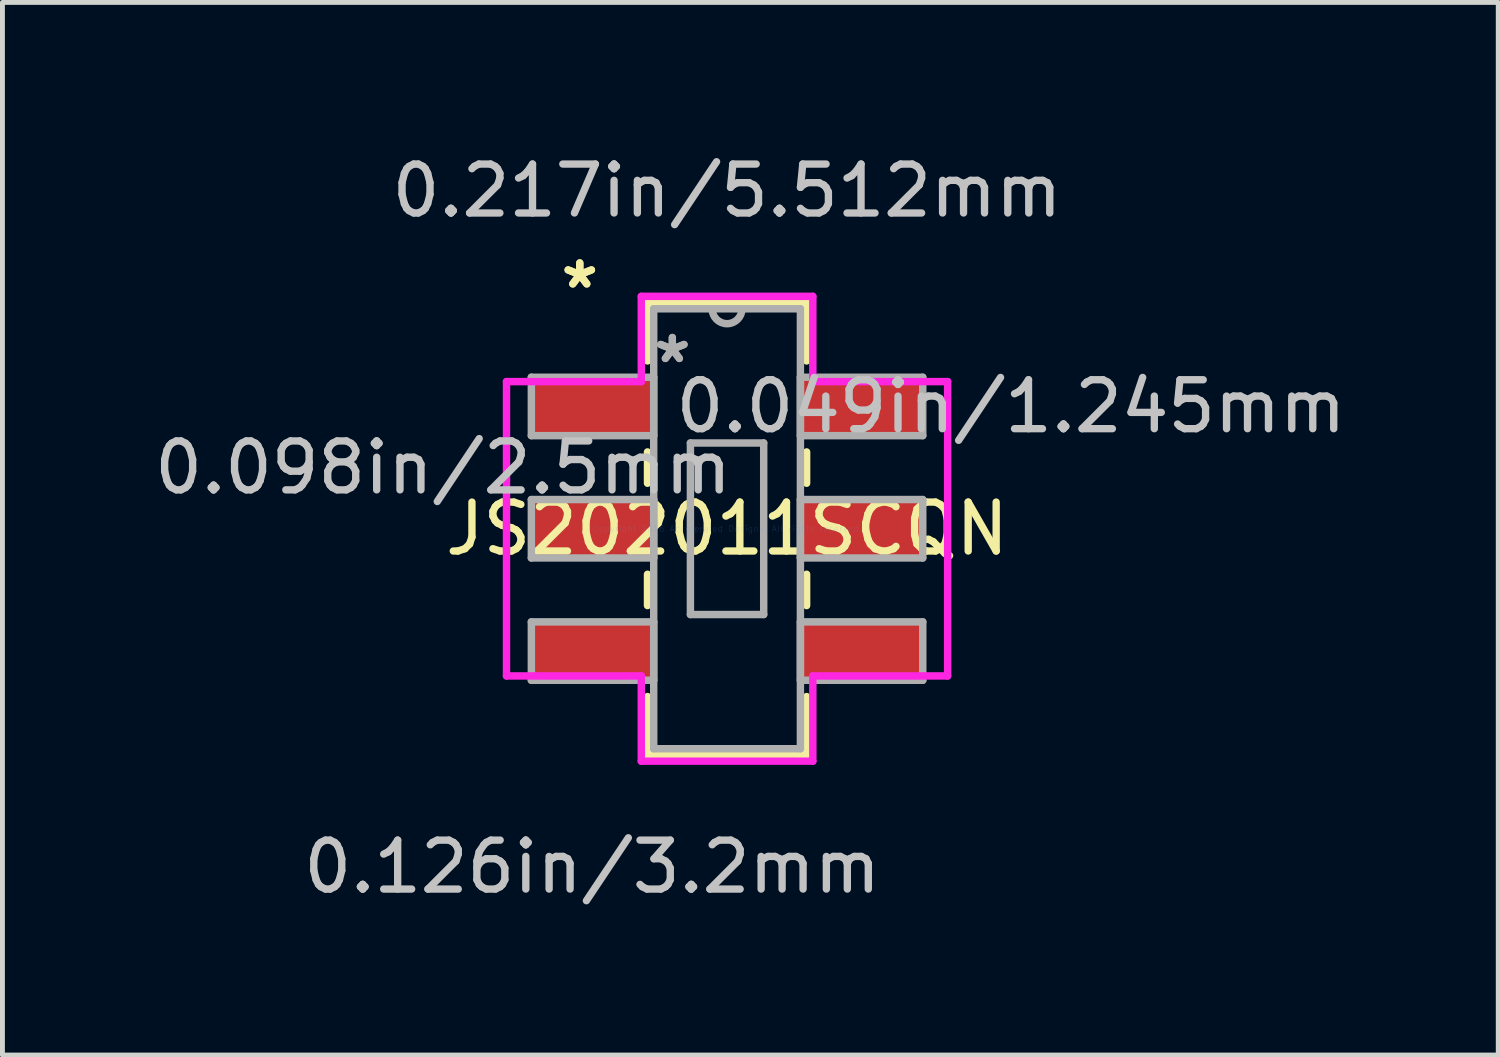
<source format=kicad_pcb>
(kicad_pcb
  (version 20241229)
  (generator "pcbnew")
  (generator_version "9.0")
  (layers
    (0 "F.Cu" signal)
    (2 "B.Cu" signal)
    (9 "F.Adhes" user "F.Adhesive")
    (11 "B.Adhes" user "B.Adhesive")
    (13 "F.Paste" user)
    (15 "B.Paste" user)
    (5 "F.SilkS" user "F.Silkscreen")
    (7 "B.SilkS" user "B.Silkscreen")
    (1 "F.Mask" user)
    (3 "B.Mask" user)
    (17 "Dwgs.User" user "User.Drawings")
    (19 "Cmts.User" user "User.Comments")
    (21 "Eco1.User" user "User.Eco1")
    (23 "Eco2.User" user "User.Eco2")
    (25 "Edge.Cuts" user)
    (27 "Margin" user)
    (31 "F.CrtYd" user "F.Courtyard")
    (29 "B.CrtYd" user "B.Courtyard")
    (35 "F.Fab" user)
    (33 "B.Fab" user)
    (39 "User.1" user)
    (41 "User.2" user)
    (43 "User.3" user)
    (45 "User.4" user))
  (footprint "JS202011SCQN"
    (layer "F.Cu")
    (at 11.81 7.757)
    (property "Reference" "JS202011SCQN" (at 0 0 0) (layer "F.SilkS") (effects (font (size 1 1) (thickness 0.15))))
    (attr through_hole)
    (fp_line (start -1.626 -4.623) (end -1.626 -3.43) (stroke (width 0.152) (type solid)) (layer "F.SilkS"))
    (fp_line (start -1.626 -1.57) (end -1.626 -0.93) (stroke (width 0.152) (type solid)) (layer "F.SilkS"))
    (fp_line (start -1.626 0.93) (end -1.626 1.57) (stroke (width 0.152) (type solid)) (layer "F.SilkS"))
    (fp_line (start -1.626 3.43) (end -1.626 4.623) (stroke (width 0.152) (type solid)) (layer "F.SilkS"))
    (fp_line (start -1.626 4.623) (end 1.626 4.623) (stroke (width 0.152) (type solid)) (layer "F.SilkS"))
    (fp_line (start 1.626 -4.623) (end -1.626 -4.623) (stroke (width 0.152) (type solid)) (layer "F.SilkS"))
    (fp_line (start 1.626 -3.43) (end 1.626 -4.623) (stroke (width 0.152) (type solid)) (layer "F.SilkS"))
    (fp_line (start 1.626 -0.93) (end 1.626 -1.57) (stroke (width 0.152) (type solid)) (layer "F.SilkS"))
    (fp_line (start 1.626 1.57) (end 1.626 0.93) (stroke (width 0.152) (type solid)) (layer "F.SilkS"))
    (fp_line (start 1.626 4.623) (end 1.626 3.43) (stroke (width 0.152) (type solid)) (layer "F.SilkS"))
    (fp_line (start -4.508 -3.008) (end -1.753 -3.008) (stroke (width 0.152) (type solid)) (layer "F.CrtYd"))
    (fp_line (start -4.508 3.008) (end -4.508 -3.008) (stroke (width 0.152) (type solid)) (layer "F.CrtYd"))
    (fp_line (start -1.753 -4.75) (end 1.753 -4.75) (stroke (width 0.152) (type solid)) (layer "F.CrtYd"))
    (fp_line (start -1.753 -3.008) (end -1.753 -4.75) (stroke (width 0.152) (type solid)) (layer "F.CrtYd"))
    (fp_line (start -1.753 3.008) (end -4.508 3.008) (stroke (width 0.152) (type solid)) (layer "F.CrtYd"))
    (fp_line (start -1.753 4.75) (end -1.753 3.008) (stroke (width 0.152) (type solid)) (layer "F.CrtYd"))
    (fp_line (start 1.753 -4.75) (end 1.753 -3.008) (stroke (width 0.152) (type solid)) (layer "F.CrtYd"))
    (fp_line (start 1.753 -3.008) (end 4.508 -3.008) (stroke (width 0.152) (type solid)) (layer "F.CrtYd"))
    (fp_line (start 1.753 3.008) (end 1.753 4.75) (stroke (width 0.152) (type solid)) (layer "F.CrtYd"))
    (fp_line (start 1.753 4.75) (end -1.753 4.75) (stroke (width 0.152) (type solid)) (layer "F.CrtYd"))
    (fp_line (start 4.508 -3.008) (end 4.508 3.008) (stroke (width 0.152) (type solid)) (layer "F.CrtYd"))
    (fp_line (start 4.508 3.008) (end 1.753 3.008) (stroke (width 0.152) (type solid)) (layer "F.CrtYd"))
    (fp_line (start -4 -3.097) (end -4 -1.903) (stroke (width 0.152) (type solid)) (layer "F.Fab"))
    (fp_line (start -4 -1.903) (end -1.499 -1.903) (stroke (width 0.152) (type solid)) (layer "F.Fab"))
    (fp_line (start -4 -0.597) (end -4 0.597) (stroke (width 0.152) (type solid)) (layer "F.Fab"))
    (fp_line (start -4 0.597) (end -1.499 0.597) (stroke (width 0.152) (type solid)) (layer "F.Fab"))
    (fp_line (start -4 1.903) (end -4 3.097) (stroke (width 0.152) (type solid)) (layer "F.Fab"))
    (fp_line (start -4 3.097) (end -1.499 3.097) (stroke (width 0.152) (type solid)) (layer "F.Fab"))
    (fp_line (start -1.499 -4.496) (end -1.499 4.496) (stroke (width 0.152) (type solid)) (layer "F.Fab"))
    (fp_line (start -1.499 -3.097) (end -4 -3.097) (stroke (width 0.152) (type solid)) (layer "F.Fab"))
    (fp_line (start -1.499 -1.903) (end -1.499 -3.097) (stroke (width 0.152) (type solid)) (layer "F.Fab"))
    (fp_line (start -1.499 -0.597) (end -4 -0.597) (stroke (width 0.152) (type solid)) (layer "F.Fab"))
    (fp_line (start -1.499 0.597) (end -1.499 -0.597) (stroke (width 0.152) (type solid)) (layer "F.Fab"))
    (fp_line (start -1.499 1.903) (end -4 1.903) (stroke (width 0.152) (type solid)) (layer "F.Fab"))
    (fp_line (start -1.499 3.097) (end -1.499 1.903) (stroke (width 0.152) (type solid)) (layer "F.Fab"))
    (fp_line (start -1.499 4.496) (end 1.499 4.496) (stroke (width 0.152) (type solid)) (layer "F.Fab"))
    (fp_line (start -0.749 -1.753) (end 0.749 -1.753) (stroke (width 0.152) (type solid)) (layer "F.Fab"))
    (fp_line (start -0.749 1.753) (end -0.749 -1.753) (stroke (width 0.152) (type solid)) (layer "F.Fab"))
    (fp_line (start 0.749 -1.753) (end 0.749 1.753) (stroke (width 0.152) (type solid)) (layer "F.Fab"))
    (fp_line (start 0.749 1.753) (end -0.749 1.753) (stroke (width 0.152) (type solid)) (layer "F.Fab"))
    (fp_line (start 1.499 -4.496) (end -1.499 -4.496) (stroke (width 0.152) (type solid)) (layer "F.Fab"))
    (fp_line (start 1.499 -3.097) (end 1.499 -1.903) (stroke (width 0.152) (type solid)) (layer "F.Fab"))
    (fp_line (start 1.499 -1.903) (end 4 -1.903) (stroke (width 0.152) (type solid)) (layer "F.Fab"))
    (fp_line (start 1.499 -0.597) (end 1.499 0.597) (stroke (width 0.152) (type solid)) (layer "F.Fab"))
    (fp_line (start 1.499 0.597) (end 4 0.597) (stroke (width 0.152) (type solid)) (layer "F.Fab"))
    (fp_line (start 1.499 1.903) (end 1.499 3.097) (stroke (width 0.152) (type solid)) (layer "F.Fab"))
    (fp_line (start 1.499 3.097) (end 4 3.097) (stroke (width 0.152) (type solid)) (layer "F.Fab"))
    (fp_line (start 1.499 4.496) (end 1.499 -4.496) (stroke (width 0.152) (type solid)) (layer "F.Fab"))
    (fp_line (start 4 -3.097) (end 1.499 -3.097) (stroke (width 0.152) (type solid)) (layer "F.Fab"))
    (fp_line (start 4 -1.903) (end 4 -3.097) (stroke (width 0.152) (type solid)) (layer "F.Fab"))
    (fp_line (start 4 -0.597) (end 1.499 -0.597) (stroke (width 0.152) (type solid)) (layer "F.Fab"))
    (fp_line (start 4 0.597) (end 4 -0.597) (stroke (width 0.152) (type solid)) (layer "F.Fab"))
    (fp_line (start 4 1.903) (end 1.499 1.903) (stroke (width 0.152) (type solid)) (layer "F.Fab"))
    (fp_line (start 4 3.097) (end 4 1.903) (stroke (width 0.152) (type solid)) (layer "F.Fab"))
    (fp_arc (start 0.3048 -4.4958) (mid 0 -4.191) (end -0.3048 -4.4958) (stroke (width 0.1524) (type solid)) (layer "F.Fab"))
    (fp_text user "*" (at -3.01 -4.888 0) (layer "F.SilkS") (effects (font (size 1 1) (thickness 0.15))))
    (fp_text user "*" (at -3.01 -4.888 0) (layer "F.SilkS") (effects (font (size 1 1) (thickness 0.15))))
    (fp_text user "0.049in/1.245mm" (at 5.804 -2.5 0) (layer "Dwgs.User") (effects (font (size 1 1) (thickness 0.15))))
    (fp_text user "0.098in/2.5mm" (at -5.804 -1.25 0) (layer "Dwgs.User") (effects (font (size 1 1) (thickness 0.15))))
    (fp_text user "0.217in/5.512mm" (at 0 -6.909 0) (layer "Dwgs.User") (effects (font (size 1 1) (thickness 0.15))))
    (fp_text user "0.126in/3.2mm" (at -2.756 6.909 0) (layer "Dwgs.User") (effects (font (size 1 1) (thickness 0.15))))
    (fp_text user "Copyright 2016 Accelerated Designs. All rights reserved." (at 0 0 0) (layer "Cmts.User") (effects (font (size 0.127 0.127) (thickness 0.002))))
    (fp_text user "*" (at -1.118 -3.364 0) (layer "F.Fab") (effects (font (size 1 1) (thickness 0.15))))
    (fp_text user "*" (at -1.118 -3.364 0) (layer "F.Fab") (effects (font (size 1 1) (thickness 0.15))))
    (pad "1" smd rect (at -2.756 -2.5) (size 2.489 1.194) (layers "F.Cu" "F.Mask" "F.Paste"))
    (pad "2" smd rect (at -2.756 0) (size 2.489 1.194) (layers "F.Cu" "F.Mask" "F.Paste"))
    (pad "3" smd rect (at -2.756 2.5) (size 2.489 1.194) (layers "F.Cu" "F.Mask" "F.Paste"))
    (pad "4" smd rect (at 2.756 2.5) (size 2.489 1.194) (layers "F.Cu" "F.Mask" "F.Paste"))
    (pad "5" smd rect (at 2.756 0) (size 2.489 1.194) (layers "F.Cu" "F.Mask" "F.Paste"))
    (pad "6" smd rect (at 2.756 -2.5) (size 2.489 1.194) (layers "F.Cu" "F.Mask" "F.Paste")))
  (gr_rect
    (start -3 -3)
    (end 27.572 18.514)
    (stroke (width 0.1) (type default))
    (fill no)
    (layer "Edge.Cuts")))
</source>
